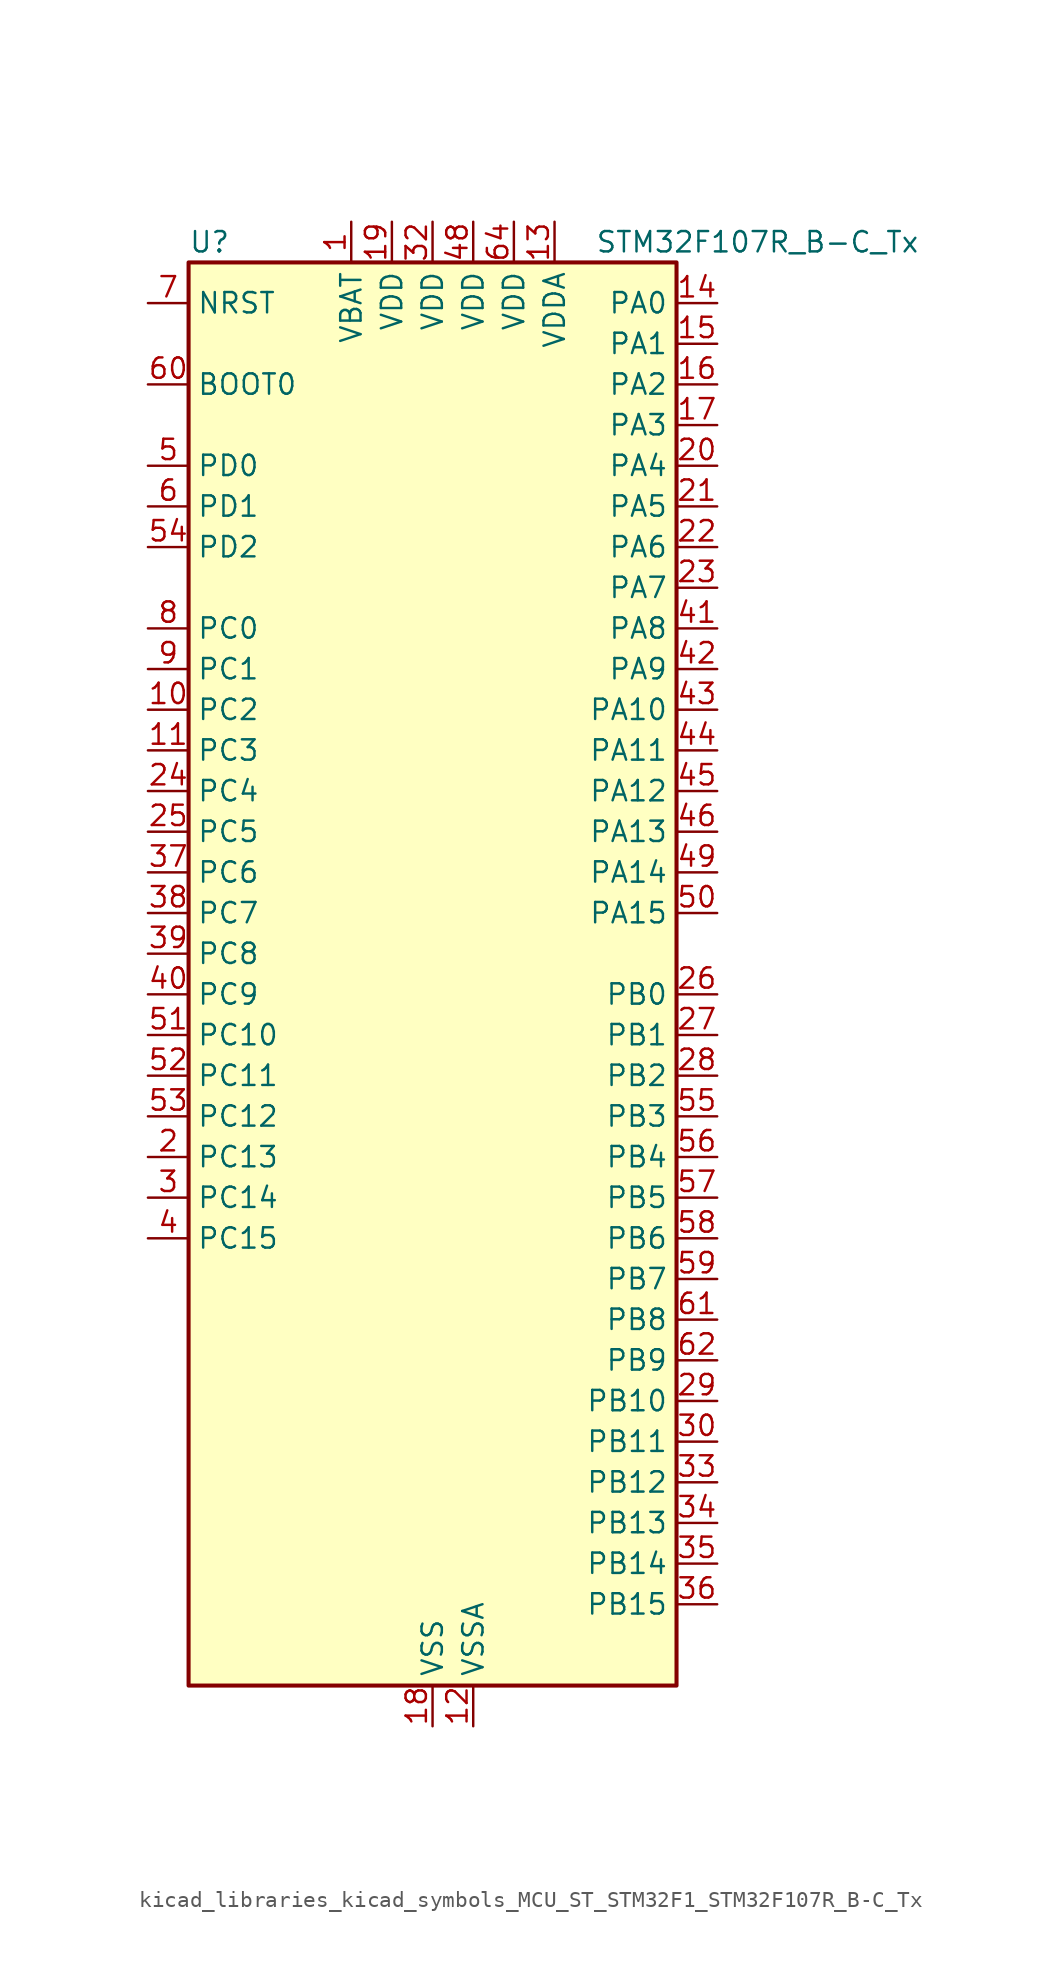
<source format=kicad_sym>
(kicad_symbol_lib
  (version 20220914)
  (generator kicad_symbol_editor)
  (symbol "kicad_libraries_kicad_symbols_MCU_ST_STM32F1_STM32F107R_B-C_Tx"
    (property "Reference" "U"
      (at -15.24 46.99 0)
      (effects (font (size 1.27 1.27)) (justify left)))
    (property "Value" "STM32F107R_B-C_Tx"
      (at 10.16 46.99 0)
      (effects (font (size 1.27 1.27)) (justify left)))
    (property "ki_locked" ""
      (at 0 0 0)
      (effects (font (size 1.27 1.27))))
    (symbol "kicad_libraries_kicad_symbols_MCU_ST_STM32F1_STM32F107R_B-C_Tx_0_1"
      (rectangle (start -15.24 -43.18) (end 15.24 45.72) (stroke (width 0.254) (type default)) (fill (type background))))
    (symbol "kicad_libraries_kicad_symbols_MCU_ST_STM32F1_STM32F107R_B-C_Tx_1_1"
      (pin power_in line (at -5.08 48.26 270) (length 2.54) (name "VBAT" (effects (font (size 1.27 1.27)))) (number "1" (effects (font (size 1.27 1.27)))))
      (pin bidirectional line (at -17.78 17.78 0) (length 2.54) (name "PC2" (effects (font (size 1.27 1.27)))) (number "10" (effects (font (size 1.27 1.27)))) (alternate "ADC1_IN12" bidirectional line) (alternate "ADC2_IN12" bidirectional line) (alternate "ETH_TXD2" bidirectional line))
      (pin bidirectional line (at -17.78 15.24 0) (length 2.54) (name "PC3" (effects (font (size 1.27 1.27)))) (number "11" (effects (font (size 1.27 1.27)))) (alternate "ADC1_IN13" bidirectional line) (alternate "ADC2_IN13" bidirectional line) (alternate "ETH_TX_CLK" bidirectional line))
      (pin power_in line (at 2.54 -45.72 90) (length 2.54) (name "VSSA" (effects (font (size 1.27 1.27)))) (number "12" (effects (font (size 1.27 1.27)))))
      (pin power_in line (at 7.62 48.26 270) (length 2.54) (name "VDDA" (effects (font (size 1.27 1.27)))) (number "13" (effects (font (size 1.27 1.27)))))
      (pin bidirectional line (at 17.78 43.18 180) (length 2.54) (name "PA0" (effects (font (size 1.27 1.27)))) (number "14" (effects (font (size 1.27 1.27)))) (alternate "ADC1_IN0" bidirectional line) (alternate "ADC2_IN0" bidirectional line) (alternate "ETH_CRS" bidirectional line) (alternate "SYS_WKUP" bidirectional line) (alternate "TIM2_CH1" bidirectional line) (alternate "TIM2_ETR" bidirectional line) (alternate "TIM5_CH1" bidirectional line) (alternate "USART2_CTS" bidirectional line))
      (pin bidirectional line (at 17.78 40.64 180) (length 2.54) (name "PA1" (effects (font (size 1.27 1.27)))) (number "15" (effects (font (size 1.27 1.27)))) (alternate "ADC1_IN1" bidirectional line) (alternate "ADC2_IN1" bidirectional line) (alternate "ETH_REF_CLK" bidirectional line) (alternate "ETH_RX_CLK" bidirectional line) (alternate "TIM2_CH2" bidirectional line) (alternate "TIM5_CH2" bidirectional line) (alternate "USART2_RTS" bidirectional line))
      (pin bidirectional line (at 17.78 38.1 180) (length 2.54) (name "PA2" (effects (font (size 1.27 1.27)))) (number "16" (effects (font (size 1.27 1.27)))) (alternate "ADC1_IN2" bidirectional line) (alternate "ADC2_IN2" bidirectional line) (alternate "ETH_MDIO" bidirectional line) (alternate "TIM2_CH3" bidirectional line) (alternate "TIM5_CH3" bidirectional line) (alternate "USART2_TX" bidirectional line))
      (pin bidirectional line (at 17.78 35.56 180) (length 2.54) (name "PA3" (effects (font (size 1.27 1.27)))) (number "17" (effects (font (size 1.27 1.27)))) (alternate "ADC1_IN3" bidirectional line) (alternate "ADC2_IN3" bidirectional line) (alternate "ETH_COL" bidirectional line) (alternate "TIM2_CH4" bidirectional line) (alternate "TIM5_CH4" bidirectional line) (alternate "USART2_RX" bidirectional line))
      (pin power_in line (at 0 -45.72 90) (length 2.54) (name "VSS" (effects (font (size 1.27 1.27)))) (number "18" (effects (font (size 1.27 1.27)))))
      (pin power_in line (at -2.54 48.26 270) (length 2.54) (name "VDD" (effects (font (size 1.27 1.27)))) (number "19" (effects (font (size 1.27 1.27)))))
      (pin bidirectional line (at -17.78 -10.16 0) (length 2.54) (name "PC13" (effects (font (size 1.27 1.27)))) (number "2" (effects (font (size 1.27 1.27)))) (alternate "RTC_OUT" bidirectional line) (alternate "RTC_TAMPER" bidirectional line))
      (pin bidirectional line (at 17.78 33.02 180) (length 2.54) (name "PA4" (effects (font (size 1.27 1.27)))) (number "20" (effects (font (size 1.27 1.27)))) (alternate "ADC1_IN4" bidirectional line) (alternate "ADC2_IN4" bidirectional line) (alternate "DAC_OUT1" bidirectional line) (alternate "I2S3_WS" bidirectional line) (alternate "SPI1_NSS" bidirectional line) (alternate "SPI3_NSS" bidirectional line) (alternate "USART2_CK" bidirectional line))
      (pin bidirectional line (at 17.78 30.48 180) (length 2.54) (name "PA5" (effects (font (size 1.27 1.27)))) (number "21" (effects (font (size 1.27 1.27)))) (alternate "ADC1_IN5" bidirectional line) (alternate "ADC2_IN5" bidirectional line) (alternate "DAC_OUT2" bidirectional line) (alternate "SPI1_SCK" bidirectional line))
      (pin bidirectional line (at 17.78 27.94 180) (length 2.54) (name "PA6" (effects (font (size 1.27 1.27)))) (number "22" (effects (font (size 1.27 1.27)))) (alternate "ADC1_IN6" bidirectional line) (alternate "ADC2_IN6" bidirectional line) (alternate "SPI1_MISO" bidirectional line) (alternate "TIM1_BKIN" bidirectional line) (alternate "TIM3_CH1" bidirectional line))
      (pin bidirectional line (at 17.78 25.4 180) (length 2.54) (name "PA7" (effects (font (size 1.27 1.27)))) (number "23" (effects (font (size 1.27 1.27)))) (alternate "ADC1_IN7" bidirectional line) (alternate "ADC2_IN7" bidirectional line) (alternate "ETH_CRS_DV" bidirectional line) (alternate "ETH_RX_DV" bidirectional line) (alternate "SPI1_MOSI" bidirectional line) (alternate "TIM1_CH1N" bidirectional line) (alternate "TIM3_CH2" bidirectional line))
      (pin bidirectional line (at -17.78 12.7 0) (length 2.54) (name "PC4" (effects (font (size 1.27 1.27)))) (number "24" (effects (font (size 1.27 1.27)))) (alternate "ADC1_IN14" bidirectional line) (alternate "ADC2_IN14" bidirectional line) (alternate "ETH_RXD0" bidirectional line))
      (pin bidirectional line (at -17.78 10.16 0) (length 2.54) (name "PC5" (effects (font (size 1.27 1.27)))) (number "25" (effects (font (size 1.27 1.27)))) (alternate "ADC1_IN15" bidirectional line) (alternate "ADC2_IN15" bidirectional line) (alternate "ETH_RXD1" bidirectional line))
      (pin bidirectional line (at 17.78 0 180) (length 2.54) (name "PB0" (effects (font (size 1.27 1.27)))) (number "26" (effects (font (size 1.27 1.27)))) (alternate "ADC1_IN8" bidirectional line) (alternate "ADC2_IN8" bidirectional line) (alternate "ETH_RXD2" bidirectional line) (alternate "TIM1_CH2N" bidirectional line) (alternate "TIM3_CH3" bidirectional line))
      (pin bidirectional line (at 17.78 -2.54 180) (length 2.54) (name "PB1" (effects (font (size 1.27 1.27)))) (number "27" (effects (font (size 1.27 1.27)))) (alternate "ADC1_IN9" bidirectional line) (alternate "ADC2_IN9" bidirectional line) (alternate "ETH_RXD3" bidirectional line) (alternate "TIM1_CH3N" bidirectional line) (alternate "TIM3_CH4" bidirectional line))
      (pin bidirectional line (at 17.78 -5.08 180) (length 2.54) (name "PB2" (effects (font (size 1.27 1.27)))) (number "28" (effects (font (size 1.27 1.27)))))
      (pin bidirectional line (at 17.78 -25.4 180) (length 2.54) (name "PB10" (effects (font (size 1.27 1.27)))) (number "29" (effects (font (size 1.27 1.27)))) (alternate "ETH_RX_ER" bidirectional line) (alternate "TIM2_CH3" bidirectional line) (alternate "USART3_TX" bidirectional line))
      (pin bidirectional line (at -17.78 -12.7 0) (length 2.54) (name "PC14" (effects (font (size 1.27 1.27)))) (number "3" (effects (font (size 1.27 1.27)))) (alternate "RCC_OSC32_IN" bidirectional line))
      (pin bidirectional line (at 17.78 -27.94 180) (length 2.54) (name "PB11" (effects (font (size 1.27 1.27)))) (number "30" (effects (font (size 1.27 1.27)))) (alternate "ADC1_EXTI11" bidirectional line) (alternate "ADC2_EXTI11" bidirectional line) (alternate "ETH_TX_EN" bidirectional line) (alternate "TIM2_CH4" bidirectional line) (alternate "USART3_RX" bidirectional line))
      (pin passive line (at 0 -45.72 90) (length 2.54) hide (name "VSS" (effects (font (size 1.27 1.27)))) (number "31" (effects (font (size 1.27 1.27)))))
      (pin power_in line (at 0 48.26 270) (length 2.54) (name "VDD" (effects (font (size 1.27 1.27)))) (number "32" (effects (font (size 1.27 1.27)))))
      (pin bidirectional line (at 17.78 -30.48 180) (length 2.54) (name "PB12" (effects (font (size 1.27 1.27)))) (number "33" (effects (font (size 1.27 1.27)))) (alternate "CAN2_RX" bidirectional line) (alternate "ETH_TXD0" bidirectional line) (alternate "I2S2_WS" bidirectional line) (alternate "SPI2_NSS" bidirectional line) (alternate "TIM1_BKIN" bidirectional line) (alternate "USART3_CK" bidirectional line))
      (pin bidirectional line (at 17.78 -33.02 180) (length 2.54) (name "PB13" (effects (font (size 1.27 1.27)))) (number "34" (effects (font (size 1.27 1.27)))) (alternate "CAN2_TX" bidirectional line) (alternate "ETH_TXD1" bidirectional line) (alternate "I2S2_CK" bidirectional line) (alternate "SPI2_SCK" bidirectional line) (alternate "TIM1_CH1N" bidirectional line) (alternate "USART3_CTS" bidirectional line))
      (pin bidirectional line (at 17.78 -35.56 180) (length 2.54) (name "PB14" (effects (font (size 1.27 1.27)))) (number "35" (effects (font (size 1.27 1.27)))) (alternate "SPI2_MISO" bidirectional line) (alternate "TIM1_CH2N" bidirectional line) (alternate "USART3_RTS" bidirectional line))
      (pin bidirectional line (at 17.78 -38.1 180) (length 2.54) (name "PB15" (effects (font (size 1.27 1.27)))) (number "36" (effects (font (size 1.27 1.27)))) (alternate "ADC1_EXTI15" bidirectional line) (alternate "ADC2_EXTI15" bidirectional line) (alternate "I2S2_SD" bidirectional line) (alternate "SPI2_MOSI" bidirectional line) (alternate "TIM1_CH3N" bidirectional line))
      (pin bidirectional line (at -17.78 7.62 0) (length 2.54) (name "PC6" (effects (font (size 1.27 1.27)))) (number "37" (effects (font (size 1.27 1.27)))) (alternate "I2S2_MCK" bidirectional line) (alternate "TIM3_CH1" bidirectional line))
      (pin bidirectional line (at -17.78 5.08 0) (length 2.54) (name "PC7" (effects (font (size 1.27 1.27)))) (number "38" (effects (font (size 1.27 1.27)))) (alternate "I2S3_MCK" bidirectional line) (alternate "TIM3_CH2" bidirectional line))
      (pin bidirectional line (at -17.78 2.54 0) (length 2.54) (name "PC8" (effects (font (size 1.27 1.27)))) (number "39" (effects (font (size 1.27 1.27)))) (alternate "TIM3_CH3" bidirectional line))
      (pin bidirectional line (at -17.78 -15.24 0) (length 2.54) (name "PC15" (effects (font (size 1.27 1.27)))) (number "4" (effects (font (size 1.27 1.27)))) (alternate "ADC1_EXTI15" bidirectional line) (alternate "ADC2_EXTI15" bidirectional line) (alternate "RCC_OSC32_OUT" bidirectional line))
      (pin bidirectional line (at -17.78 0 0) (length 2.54) (name "PC9" (effects (font (size 1.27 1.27)))) (number "40" (effects (font (size 1.27 1.27)))) (alternate "DAC_EXTI9" bidirectional line) (alternate "TIM3_CH4" bidirectional line))
      (pin bidirectional line (at 17.78 22.86 180) (length 2.54) (name "PA8" (effects (font (size 1.27 1.27)))) (number "41" (effects (font (size 1.27 1.27)))) (alternate "RCC_MCO" bidirectional line) (alternate "TIM1_CH1" bidirectional line) (alternate "USART1_CK" bidirectional line) (alternate "USB_OTG_FS_SOF" bidirectional line))
      (pin bidirectional line (at 17.78 20.32 180) (length 2.54) (name "PA9" (effects (font (size 1.27 1.27)))) (number "42" (effects (font (size 1.27 1.27)))) (alternate "DAC_EXTI9" bidirectional line) (alternate "TIM1_CH2" bidirectional line) (alternate "USART1_TX" bidirectional line) (alternate "USB_OTG_FS_VBUS" bidirectional line))
      (pin bidirectional line (at 17.78 17.78 180) (length 2.54) (name "PA10" (effects (font (size 1.27 1.27)))) (number "43" (effects (font (size 1.27 1.27)))) (alternate "TIM1_CH3" bidirectional line) (alternate "USART1_RX" bidirectional line) (alternate "USB_OTG_FS_ID" bidirectional line))
      (pin bidirectional line (at 17.78 15.24 180) (length 2.54) (name "PA11" (effects (font (size 1.27 1.27)))) (number "44" (effects (font (size 1.27 1.27)))) (alternate "ADC1_EXTI11" bidirectional line) (alternate "ADC2_EXTI11" bidirectional line) (alternate "CAN1_RX" bidirectional line) (alternate "TIM1_CH4" bidirectional line) (alternate "USART1_CTS" bidirectional line) (alternate "USB_OTG_FS_DM" bidirectional line))
      (pin bidirectional line (at 17.78 12.7 180) (length 2.54) (name "PA12" (effects (font (size 1.27 1.27)))) (number "45" (effects (font (size 1.27 1.27)))) (alternate "CAN1_TX" bidirectional line) (alternate "TIM1_ETR" bidirectional line) (alternate "USART1_RTS" bidirectional line) (alternate "USB_OTG_FS_DP" bidirectional line))
      (pin bidirectional line (at 17.78 10.16 180) (length 2.54) (name "PA13" (effects (font (size 1.27 1.27)))) (number "46" (effects (font (size 1.27 1.27)))) (alternate "SYS_JTMS-SWDIO" bidirectional line))
      (pin passive line (at 0 -45.72 90) (length 2.54) hide (name "VSS" (effects (font (size 1.27 1.27)))) (number "47" (effects (font (size 1.27 1.27)))))
      (pin power_in line (at 2.54 48.26 270) (length 2.54) (name "VDD" (effects (font (size 1.27 1.27)))) (number "48" (effects (font (size 1.27 1.27)))))
      (pin bidirectional line (at 17.78 7.62 180) (length 2.54) (name "PA14" (effects (font (size 1.27 1.27)))) (number "49" (effects (font (size 1.27 1.27)))) (alternate "SYS_JTCK-SWCLK" bidirectional line))
      (pin bidirectional line (at -17.78 33.02 0) (length 2.54) (name "PD0" (effects (font (size 1.27 1.27)))) (number "5" (effects (font (size 1.27 1.27)))) (alternate "RCC_OSC_IN" bidirectional line))
      (pin bidirectional line (at 17.78 5.08 180) (length 2.54) (name "PA15" (effects (font (size 1.27 1.27)))) (number "50" (effects (font (size 1.27 1.27)))) (alternate "ADC1_EXTI15" bidirectional line) (alternate "ADC2_EXTI15" bidirectional line) (alternate "I2S3_WS" bidirectional line) (alternate "SPI1_NSS" bidirectional line) (alternate "SPI3_NSS" bidirectional line) (alternate "SYS_JTDI" bidirectional line) (alternate "TIM2_CH1" bidirectional line) (alternate "TIM2_ETR" bidirectional line))
      (pin bidirectional line (at -17.78 -2.54 0) (length 2.54) (name "PC10" (effects (font (size 1.27 1.27)))) (number "51" (effects (font (size 1.27 1.27)))) (alternate "I2S3_CK" bidirectional line) (alternate "SPI3_SCK" bidirectional line) (alternate "UART4_TX" bidirectional line) (alternate "USART3_TX" bidirectional line))
      (pin bidirectional line (at -17.78 -5.08 0) (length 2.54) (name "PC11" (effects (font (size 1.27 1.27)))) (number "52" (effects (font (size 1.27 1.27)))) (alternate "ADC1_EXTI11" bidirectional line) (alternate "ADC2_EXTI11" bidirectional line) (alternate "SPI3_MISO" bidirectional line) (alternate "UART4_RX" bidirectional line) (alternate "USART3_RX" bidirectional line))
      (pin bidirectional line (at -17.78 -7.62 0) (length 2.54) (name "PC12" (effects (font (size 1.27 1.27)))) (number "53" (effects (font (size 1.27 1.27)))) (alternate "I2S3_SD" bidirectional line) (alternate "SPI3_MOSI" bidirectional line) (alternate "UART5_TX" bidirectional line) (alternate "USART3_CK" bidirectional line))
      (pin bidirectional line (at -17.78 27.94 0) (length 2.54) (name "PD2" (effects (font (size 1.27 1.27)))) (number "54" (effects (font (size 1.27 1.27)))) (alternate "TIM3_ETR" bidirectional line) (alternate "UART5_RX" bidirectional line))
      (pin bidirectional line (at 17.78 -7.62 180) (length 2.54) (name "PB3" (effects (font (size 1.27 1.27)))) (number "55" (effects (font (size 1.27 1.27)))) (alternate "I2S3_CK" bidirectional line) (alternate "SPI1_SCK" bidirectional line) (alternate "SPI3_SCK" bidirectional line) (alternate "SYS_JTDO" bidirectional line) (alternate "SYS_TRACESWO" bidirectional line) (alternate "TIM2_CH2" bidirectional line))
      (pin bidirectional line (at 17.78 -10.16 180) (length 2.54) (name "PB4" (effects (font (size 1.27 1.27)))) (number "56" (effects (font (size 1.27 1.27)))) (alternate "SPI1_MISO" bidirectional line) (alternate "SPI3_MISO" bidirectional line) (alternate "SYS_NJTRST" bidirectional line) (alternate "TIM3_CH1" bidirectional line))
      (pin bidirectional line (at 17.78 -12.7 180) (length 2.54) (name "PB5" (effects (font (size 1.27 1.27)))) (number "57" (effects (font (size 1.27 1.27)))) (alternate "CAN2_RX" bidirectional line) (alternate "ETH_PPS_OUT" bidirectional line) (alternate "I2C1_SMBA" bidirectional line) (alternate "I2S3_SD" bidirectional line) (alternate "SPI1_MOSI" bidirectional line) (alternate "SPI3_MOSI" bidirectional line) (alternate "TIM3_CH2" bidirectional line))
      (pin bidirectional line (at 17.78 -15.24 180) (length 2.54) (name "PB6" (effects (font (size 1.27 1.27)))) (number "58" (effects (font (size 1.27 1.27)))) (alternate "CAN2_TX" bidirectional line) (alternate "I2C1_SCL" bidirectional line) (alternate "TIM4_CH1" bidirectional line) (alternate "USART1_TX" bidirectional line))
      (pin bidirectional line (at 17.78 -17.78 180) (length 2.54) (name "PB7" (effects (font (size 1.27 1.27)))) (number "59" (effects (font (size 1.27 1.27)))) (alternate "I2C1_SDA" bidirectional line) (alternate "TIM4_CH2" bidirectional line) (alternate "USART1_RX" bidirectional line))
      (pin bidirectional line (at -17.78 30.48 0) (length 2.54) (name "PD1" (effects (font (size 1.27 1.27)))) (number "6" (effects (font (size 1.27 1.27)))) (alternate "RCC_OSC_OUT" bidirectional line))
      (pin input line (at -17.78 38.1 0) (length 2.54) (name "BOOT0" (effects (font (size 1.27 1.27)))) (number "60" (effects (font (size 1.27 1.27)))))
      (pin bidirectional line (at 17.78 -20.32 180) (length 2.54) (name "PB8" (effects (font (size 1.27 1.27)))) (number "61" (effects (font (size 1.27 1.27)))) (alternate "CAN1_RX" bidirectional line) (alternate "ETH_TXD3" bidirectional line) (alternate "I2C1_SCL" bidirectional line) (alternate "TIM4_CH3" bidirectional line))
      (pin bidirectional line (at 17.78 -22.86 180) (length 2.54) (name "PB9" (effects (font (size 1.27 1.27)))) (number "62" (effects (font (size 1.27 1.27)))) (alternate "CAN1_TX" bidirectional line) (alternate "DAC_EXTI9" bidirectional line) (alternate "I2C1_SDA" bidirectional line) (alternate "TIM4_CH4" bidirectional line))
      (pin passive line (at 0 -45.72 90) (length 2.54) hide (name "VSS" (effects (font (size 1.27 1.27)))) (number "63" (effects (font (size 1.27 1.27)))))
      (pin power_in line (at 5.08 48.26 270) (length 2.54) (name "VDD" (effects (font (size 1.27 1.27)))) (number "64" (effects (font (size 1.27 1.27)))))
      (pin input line (at -17.78 43.18 0) (length 2.54) (name "NRST" (effects (font (size 1.27 1.27)))) (number "7" (effects (font (size 1.27 1.27)))))
      (pin bidirectional line (at -17.78 22.86 0) (length 2.54) (name "PC0" (effects (font (size 1.27 1.27)))) (number "8" (effects (font (size 1.27 1.27)))) (alternate "ADC1_IN10" bidirectional line) (alternate "ADC2_IN10" bidirectional line))
      (pin bidirectional line (at -17.78 20.32 0) (length 2.54) (name "PC1" (effects (font (size 1.27 1.27)))) (number "9" (effects (font (size 1.27 1.27)))) (alternate "ADC1_IN11" bidirectional line) (alternate "ADC2_IN11" bidirectional line) (alternate "ETH_MDC" bidirectional line)))))
</source>
